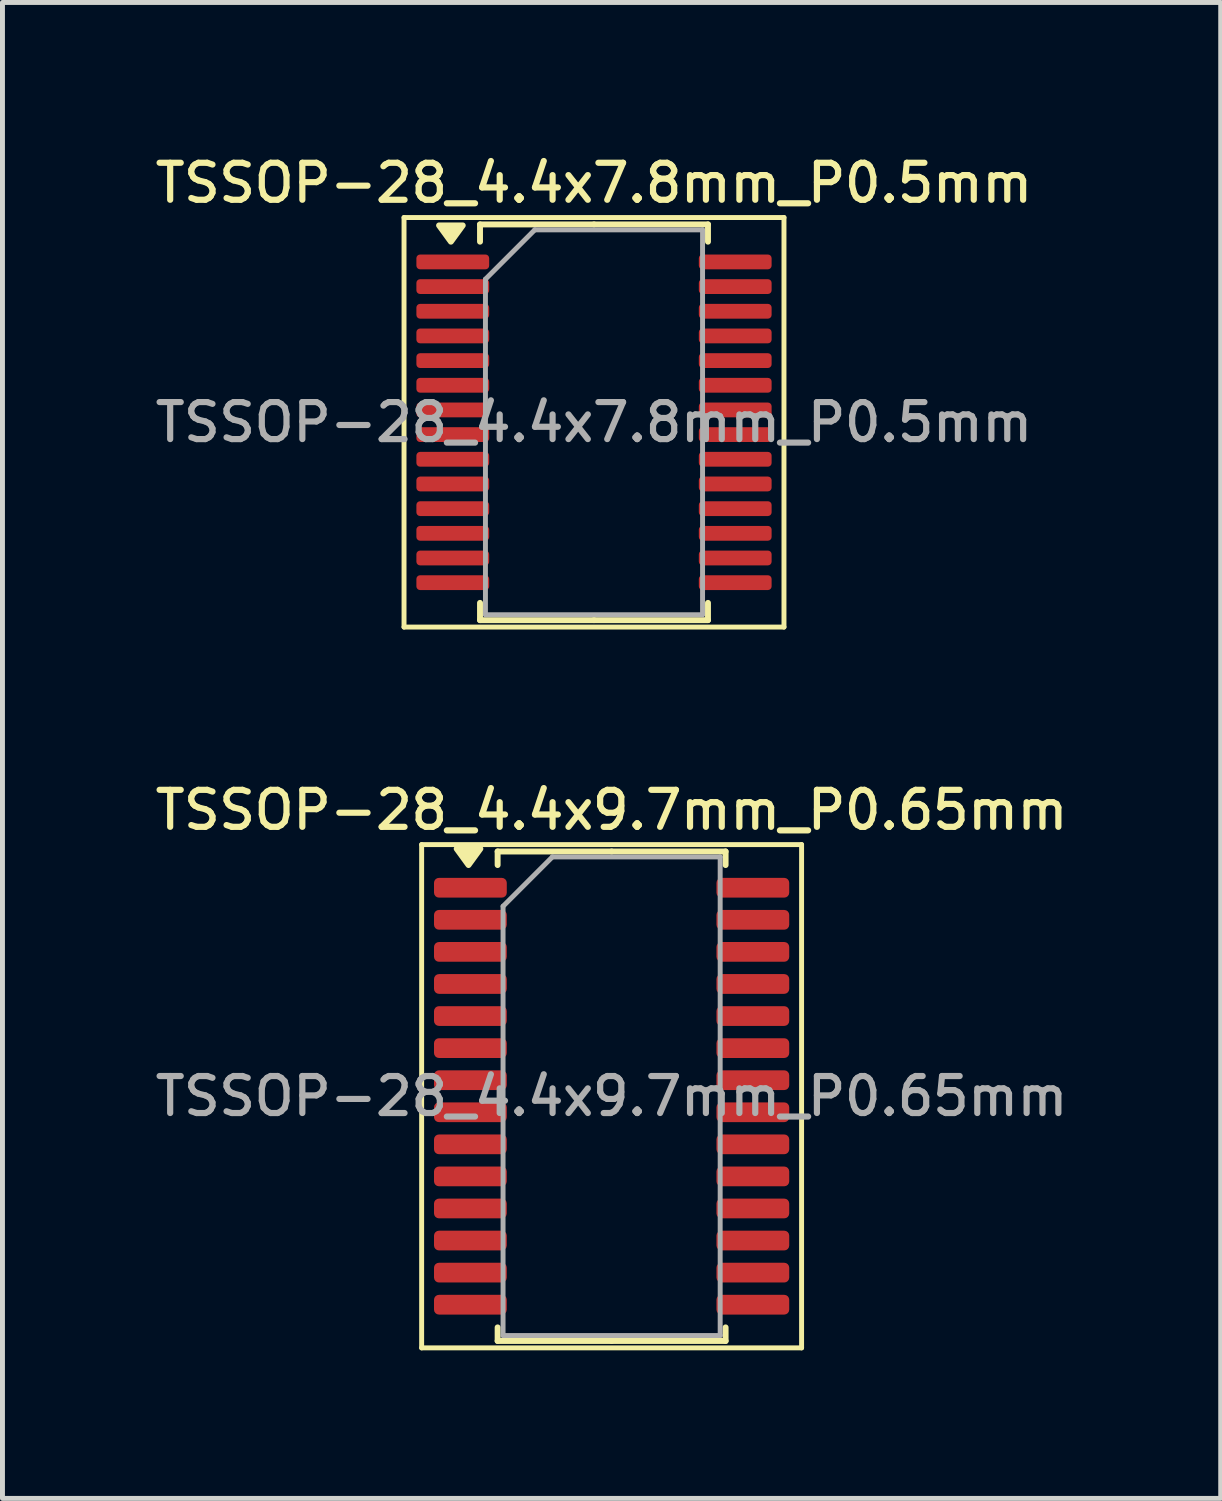
<source format=kicad_pcb>
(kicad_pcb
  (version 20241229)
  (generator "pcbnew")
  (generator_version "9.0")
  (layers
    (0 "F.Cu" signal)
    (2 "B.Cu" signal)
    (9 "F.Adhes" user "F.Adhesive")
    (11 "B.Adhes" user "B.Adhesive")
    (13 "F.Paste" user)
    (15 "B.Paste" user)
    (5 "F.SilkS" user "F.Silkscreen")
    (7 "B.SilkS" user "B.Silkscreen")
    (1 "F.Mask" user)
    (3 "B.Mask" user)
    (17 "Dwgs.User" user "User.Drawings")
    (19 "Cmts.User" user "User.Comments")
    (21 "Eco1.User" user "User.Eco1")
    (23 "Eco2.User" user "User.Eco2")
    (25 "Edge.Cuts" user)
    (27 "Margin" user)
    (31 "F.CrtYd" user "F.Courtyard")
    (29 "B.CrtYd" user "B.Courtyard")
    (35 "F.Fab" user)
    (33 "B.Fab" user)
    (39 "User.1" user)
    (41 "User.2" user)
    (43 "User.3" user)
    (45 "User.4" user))
  (footprint "TSSOP-28_4.4x7.8mm_P0.5mm"
    (layer "F.Cu")
    (at 8.988 5.508)
    (property "Reference" "TSSOP-28_4.4x7.8mm_P0.5mm" (at 0 -4.85 0) (layer "F.SilkS") (effects (font (size 0.75 0.75) (thickness 0.125))))
    (attr smd)
    (fp_line (start -3.85 -4.15) (end -3.85 4.15) (stroke (width 0.1) (type solid)) (layer "F.SilkS"))
    (fp_line (start -3.85 4.15) (end 3.85 4.15) (stroke (width 0.1) (type solid)) (layer "F.SilkS"))
    (fp_line (start -2.31 -4.01) (end -2.31 -3.66) (stroke (width 0.12) (type solid)) (layer "F.SilkS"))
    (fp_line (start -2.31 4.01) (end -2.31 3.66) (stroke (width 0.12) (type solid)) (layer "F.SilkS"))
    (fp_line (start 0 -4.01) (end -2.31 -4.01) (stroke (width 0.12) (type solid)) (layer "F.SilkS"))
    (fp_line (start 0 -4.01) (end 2.31 -4.01) (stroke (width 0.12) (type solid)) (layer "F.SilkS"))
    (fp_line (start 0 4.01) (end -2.31 4.01) (stroke (width 0.12) (type solid)) (layer "F.SilkS"))
    (fp_line (start 0 4.01) (end 2.31 4.01) (stroke (width 0.12) (type solid)) (layer "F.SilkS"))
    (fp_line (start 2.31 -4.01) (end 2.31 -3.66) (stroke (width 0.12) (type solid)) (layer "F.SilkS"))
    (fp_line (start 2.31 4.01) (end 2.31 3.66) (stroke (width 0.12) (type solid)) (layer "F.SilkS"))
    (fp_line (start 3.85 -4.15) (end -3.85 -4.15) (stroke (width 0.1) (type solid)) (layer "F.SilkS"))
    (fp_line (start 3.85 4.15) (end 3.85 -4.15) (stroke (width 0.1) (type solid)) (layer "F.SilkS"))
    (fp_poly (pts (xy -2.9 -3.66) (xy -3.14 -3.99) (xy -2.66 -3.99) (xy -2.9 -3.66)) (stroke (width 0.12) (type solid)) (fill yes) (layer "F.SilkS"))
    (fp_line (start -2.2 -2.9) (end -1.2 -3.9) (stroke (width 0.1) (type solid)) (layer "F.Fab"))
    (fp_line (start -2.2 3.9) (end -2.2 -2.9) (stroke (width 0.1) (type solid)) (layer "F.Fab"))
    (fp_line (start -1.2 -3.9) (end 2.2 -3.9) (stroke (width 0.1) (type solid)) (layer "F.Fab"))
    (fp_line (start 2.2 -3.9) (end 2.2 3.9) (stroke (width 0.1) (type solid)) (layer "F.Fab"))
    (fp_line (start 2.2 3.9) (end -2.2 3.9) (stroke (width 0.1) (type solid)) (layer "F.Fab"))
    (fp_text user "${REFERENCE}" (at 0 0 0) (layer "F.Fab") (effects (font (size 0.75 0.75) (thickness 0.125))))
    (pad "1" smd roundrect (at -2.862 -3.25) (size 1.475 0.3) (layers "F.Cu" "F.Mask" "F.Paste") (roundrect_rratio 0.25))
    (pad "2" smd roundrect (at -2.862 -2.75) (size 1.475 0.3) (layers "F.Cu" "F.Mask" "F.Paste") (roundrect_rratio 0.25))
    (pad "3" smd roundrect (at -2.862 -2.25) (size 1.475 0.3) (layers "F.Cu" "F.Mask" "F.Paste") (roundrect_rratio 0.25))
    (pad "4" smd roundrect (at -2.862 -1.75) (size 1.475 0.3) (layers "F.Cu" "F.Mask" "F.Paste") (roundrect_rratio 0.25))
    (pad "5" smd roundrect (at -2.862 -1.25) (size 1.475 0.3) (layers "F.Cu" "F.Mask" "F.Paste") (roundrect_rratio 0.25))
    (pad "6" smd roundrect (at -2.862 -0.75) (size 1.475 0.3) (layers "F.Cu" "F.Mask" "F.Paste") (roundrect_rratio 0.25))
    (pad "7" smd roundrect (at -2.862 -0.25) (size 1.475 0.3) (layers "F.Cu" "F.Mask" "F.Paste") (roundrect_rratio 0.25))
    (pad "8" smd roundrect (at -2.862 0.25) (size 1.475 0.3) (layers "F.Cu" "F.Mask" "F.Paste") (roundrect_rratio 0.25))
    (pad "9" smd roundrect (at -2.862 0.75) (size 1.475 0.3) (layers "F.Cu" "F.Mask" "F.Paste") (roundrect_rratio 0.25))
    (pad "10" smd roundrect (at -2.862 1.25) (size 1.475 0.3) (layers "F.Cu" "F.Mask" "F.Paste") (roundrect_rratio 0.25))
    (pad "11" smd roundrect (at -2.862 1.75) (size 1.475 0.3) (layers "F.Cu" "F.Mask" "F.Paste") (roundrect_rratio 0.25))
    (pad "12" smd roundrect (at -2.862 2.25) (size 1.475 0.3) (layers "F.Cu" "F.Mask" "F.Paste") (roundrect_rratio 0.25))
    (pad "13" smd roundrect (at -2.862 2.75) (size 1.475 0.3) (layers "F.Cu" "F.Mask" "F.Paste") (roundrect_rratio 0.25))
    (pad "14" smd roundrect (at -2.862 3.25) (size 1.475 0.3) (layers "F.Cu" "F.Mask" "F.Paste") (roundrect_rratio 0.25))
    (pad "15" smd roundrect (at 2.862 3.25) (size 1.475 0.3) (layers "F.Cu" "F.Mask" "F.Paste") (roundrect_rratio 0.25))
    (pad "16" smd roundrect (at 2.862 2.75) (size 1.475 0.3) (layers "F.Cu" "F.Mask" "F.Paste") (roundrect_rratio 0.25))
    (pad "17" smd roundrect (at 2.862 2.25) (size 1.475 0.3) (layers "F.Cu" "F.Mask" "F.Paste") (roundrect_rratio 0.25))
    (pad "18" smd roundrect (at 2.862 1.75) (size 1.475 0.3) (layers "F.Cu" "F.Mask" "F.Paste") (roundrect_rratio 0.25))
    (pad "19" smd roundrect (at 2.862 1.25) (size 1.475 0.3) (layers "F.Cu" "F.Mask" "F.Paste") (roundrect_rratio 0.25))
    (pad "20" smd roundrect (at 2.862 0.75) (size 1.475 0.3) (layers "F.Cu" "F.Mask" "F.Paste") (roundrect_rratio 0.25))
    (pad "21" smd roundrect (at 2.862 0.25) (size 1.475 0.3) (layers "F.Cu" "F.Mask" "F.Paste") (roundrect_rratio 0.25))
    (pad "22" smd roundrect (at 2.862 -0.25) (size 1.475 0.3) (layers "F.Cu" "F.Mask" "F.Paste") (roundrect_rratio 0.25))
    (pad "23" smd roundrect (at 2.862 -0.75) (size 1.475 0.3) (layers "F.Cu" "F.Mask" "F.Paste") (roundrect_rratio 0.25))
    (pad "24" smd roundrect (at 2.862 -1.25) (size 1.475 0.3) (layers "F.Cu" "F.Mask" "F.Paste") (roundrect_rratio 0.25))
    (pad "25" smd roundrect (at 2.862 -1.75) (size 1.475 0.3) (layers "F.Cu" "F.Mask" "F.Paste") (roundrect_rratio 0.25))
    (pad "26" smd roundrect (at 2.862 -2.25) (size 1.475 0.3) (layers "F.Cu" "F.Mask" "F.Paste") (roundrect_rratio 0.25))
    (pad "27" smd roundrect (at 2.862 -2.75) (size 1.475 0.3) (layers "F.Cu" "F.Mask" "F.Paste") (roundrect_rratio 0.25))
    (pad "28" smd roundrect (at 2.862 -3.25) (size 1.475 0.3) (layers "F.Cu" "F.Mask" "F.Paste") (roundrect_rratio 0.25)))
  (footprint "TSSOP-28_4.4x9.7mm_P0.65mm"
    (layer "F.Cu")
    (at 9.345 19.166)
    (property "Reference" "TSSOP-28_4.4x9.7mm_P0.65mm" (at 0 -5.8 0) (layer "F.SilkS") (effects (font (size 0.75 0.75) (thickness 0.125))))
    (attr smd)
    (fp_line (start -3.85 -5.1) (end -3.85 5.1) (stroke (width 0.1) (type solid)) (layer "F.SilkS"))
    (fp_line (start -3.85 5.1) (end 3.85 5.1) (stroke (width 0.1) (type solid)) (layer "F.SilkS"))
    (fp_line (start -2.31 -4.96) (end -2.31 -4.685) (stroke (width 0.12) (type solid)) (layer "F.SilkS"))
    (fp_line (start -2.31 4.96) (end -2.31 4.685) (stroke (width 0.12) (type solid)) (layer "F.SilkS"))
    (fp_line (start 0 -4.96) (end -2.31 -4.96) (stroke (width 0.12) (type solid)) (layer "F.SilkS"))
    (fp_line (start 0 -4.96) (end 2.31 -4.96) (stroke (width 0.12) (type solid)) (layer "F.SilkS"))
    (fp_line (start 0 4.96) (end -2.31 4.96) (stroke (width 0.12) (type solid)) (layer "F.SilkS"))
    (fp_line (start 0 4.96) (end 2.31 4.96) (stroke (width 0.12) (type solid)) (layer "F.SilkS"))
    (fp_line (start 2.31 -4.96) (end 2.31 -4.685) (stroke (width 0.12) (type solid)) (layer "F.SilkS"))
    (fp_line (start 2.31 4.96) (end 2.31 4.685) (stroke (width 0.12) (type solid)) (layer "F.SilkS"))
    (fp_line (start 3.85 -5.1) (end -3.85 -5.1) (stroke (width 0.1) (type solid)) (layer "F.SilkS"))
    (fp_line (start 3.85 5.1) (end 3.85 -5.1) (stroke (width 0.1) (type solid)) (layer "F.SilkS"))
    (fp_poly (pts (xy -2.9 -4.685) (xy -3.14 -5.015) (xy -2.66 -5.015) (xy -2.9 -4.685)) (stroke (width 0.12) (type solid)) (fill yes) (layer "F.SilkS"))
    (fp_line (start -2.2 -3.85) (end -1.2 -4.85) (stroke (width 0.1) (type solid)) (layer "F.Fab"))
    (fp_line (start -2.2 4.85) (end -2.2 -3.85) (stroke (width 0.1) (type solid)) (layer "F.Fab"))
    (fp_line (start -1.2 -4.85) (end 2.2 -4.85) (stroke (width 0.1) (type solid)) (layer "F.Fab"))
    (fp_line (start 2.2 -4.85) (end 2.2 4.85) (stroke (width 0.1) (type solid)) (layer "F.Fab"))
    (fp_line (start 2.2 4.85) (end -2.2 4.85) (stroke (width 0.1) (type solid)) (layer "F.Fab"))
    (fp_text user "${REFERENCE}" (at 0 0 0) (layer "F.Fab") (effects (font (size 0.75 0.75) (thickness 0.125))))
    (pad "1" smd roundrect (at -2.862 -4.225) (size 1.475 0.4) (layers "F.Cu" "F.Mask" "F.Paste") (roundrect_rratio 0.25))
    (pad "2" smd roundrect (at -2.862 -3.575) (size 1.475 0.4) (layers "F.Cu" "F.Mask" "F.Paste") (roundrect_rratio 0.25))
    (pad "3" smd roundrect (at -2.862 -2.925) (size 1.475 0.4) (layers "F.Cu" "F.Mask" "F.Paste") (roundrect_rratio 0.25))
    (pad "4" smd roundrect (at -2.862 -2.275) (size 1.475 0.4) (layers "F.Cu" "F.Mask" "F.Paste") (roundrect_rratio 0.25))
    (pad "5" smd roundrect (at -2.862 -1.625) (size 1.475 0.4) (layers "F.Cu" "F.Mask" "F.Paste") (roundrect_rratio 0.25))
    (pad "6" smd roundrect (at -2.862 -0.975) (size 1.475 0.4) (layers "F.Cu" "F.Mask" "F.Paste") (roundrect_rratio 0.25))
    (pad "7" smd roundrect (at -2.862 -0.325) (size 1.475 0.4) (layers "F.Cu" "F.Mask" "F.Paste") (roundrect_rratio 0.25))
    (pad "8" smd roundrect (at -2.862 0.325) (size 1.475 0.4) (layers "F.Cu" "F.Mask" "F.Paste") (roundrect_rratio 0.25))
    (pad "9" smd roundrect (at -2.862 0.975) (size 1.475 0.4) (layers "F.Cu" "F.Mask" "F.Paste") (roundrect_rratio 0.25))
    (pad "10" smd roundrect (at -2.862 1.625) (size 1.475 0.4) (layers "F.Cu" "F.Mask" "F.Paste") (roundrect_rratio 0.25))
    (pad "11" smd roundrect (at -2.862 2.275) (size 1.475 0.4) (layers "F.Cu" "F.Mask" "F.Paste") (roundrect_rratio 0.25))
    (pad "12" smd roundrect (at -2.862 2.925) (size 1.475 0.4) (layers "F.Cu" "F.Mask" "F.Paste") (roundrect_rratio 0.25))
    (pad "13" smd roundrect (at -2.862 3.575) (size 1.475 0.4) (layers "F.Cu" "F.Mask" "F.Paste") (roundrect_rratio 0.25))
    (pad "14" smd roundrect (at -2.862 4.225) (size 1.475 0.4) (layers "F.Cu" "F.Mask" "F.Paste") (roundrect_rratio 0.25))
    (pad "15" smd roundrect (at 2.862 4.225) (size 1.475 0.4) (layers "F.Cu" "F.Mask" "F.Paste") (roundrect_rratio 0.25))
    (pad "16" smd roundrect (at 2.862 3.575) (size 1.475 0.4) (layers "F.Cu" "F.Mask" "F.Paste") (roundrect_rratio 0.25))
    (pad "17" smd roundrect (at 2.862 2.925) (size 1.475 0.4) (layers "F.Cu" "F.Mask" "F.Paste") (roundrect_rratio 0.25))
    (pad "18" smd roundrect (at 2.862 2.275) (size 1.475 0.4) (layers "F.Cu" "F.Mask" "F.Paste") (roundrect_rratio 0.25))
    (pad "19" smd roundrect (at 2.862 1.625) (size 1.475 0.4) (layers "F.Cu" "F.Mask" "F.Paste") (roundrect_rratio 0.25))
    (pad "20" smd roundrect (at 2.862 0.975) (size 1.475 0.4) (layers "F.Cu" "F.Mask" "F.Paste") (roundrect_rratio 0.25))
    (pad "21" smd roundrect (at 2.862 0.325) (size 1.475 0.4) (layers "F.Cu" "F.Mask" "F.Paste") (roundrect_rratio 0.25))
    (pad "22" smd roundrect (at 2.862 -0.325) (size 1.475 0.4) (layers "F.Cu" "F.Mask" "F.Paste") (roundrect_rratio 0.25))
    (pad "23" smd roundrect (at 2.862 -0.975) (size 1.475 0.4) (layers "F.Cu" "F.Mask" "F.Paste") (roundrect_rratio 0.25))
    (pad "24" smd roundrect (at 2.862 -1.625) (size 1.475 0.4) (layers "F.Cu" "F.Mask" "F.Paste") (roundrect_rratio 0.25))
    (pad "25" smd roundrect (at 2.862 -2.275) (size 1.475 0.4) (layers "F.Cu" "F.Mask" "F.Paste") (roundrect_rratio 0.25))
    (pad "26" smd roundrect (at 2.862 -2.925) (size 1.475 0.4) (layers "F.Cu" "F.Mask" "F.Paste") (roundrect_rratio 0.25))
    (pad "27" smd roundrect (at 2.862 -3.575) (size 1.475 0.4) (layers "F.Cu" "F.Mask" "F.Paste") (roundrect_rratio 0.25))
    (pad "28" smd roundrect (at 2.862 -4.225) (size 1.475 0.4) (layers "F.Cu" "F.Mask" "F.Paste") (roundrect_rratio 0.25)))
  (gr_rect
    (start -3 -3)
    (end 21.689 27.316)
    (stroke (width 0.1) (type default))
    (fill no)
    (layer "Edge.Cuts")))
</source>
